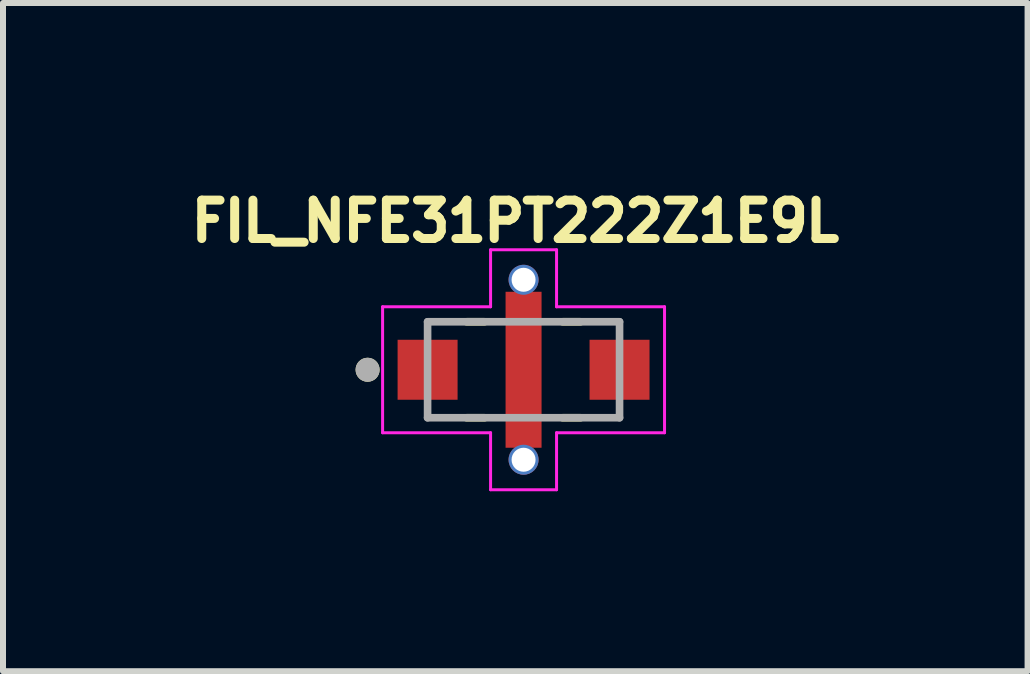
<source format=kicad_pcb>
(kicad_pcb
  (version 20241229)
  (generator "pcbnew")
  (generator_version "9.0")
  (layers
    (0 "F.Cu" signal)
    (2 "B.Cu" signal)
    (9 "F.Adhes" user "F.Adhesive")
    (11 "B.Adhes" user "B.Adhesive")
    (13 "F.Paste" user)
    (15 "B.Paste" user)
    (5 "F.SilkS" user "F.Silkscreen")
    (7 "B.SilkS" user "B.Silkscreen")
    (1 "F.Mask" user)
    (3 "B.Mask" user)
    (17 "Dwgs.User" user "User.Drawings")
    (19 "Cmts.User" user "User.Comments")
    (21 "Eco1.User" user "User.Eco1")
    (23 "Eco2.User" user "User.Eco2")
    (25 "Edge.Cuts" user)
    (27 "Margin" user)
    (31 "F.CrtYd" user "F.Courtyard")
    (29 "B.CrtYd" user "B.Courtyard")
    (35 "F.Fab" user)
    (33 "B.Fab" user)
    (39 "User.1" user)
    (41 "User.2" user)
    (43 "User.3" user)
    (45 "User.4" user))
  (footprint "FIL_NFE31PT222Z1E9L"
    (layer "F.Cu")
    (at 5.678 3.114)
    (property "Reference" "FIL_NFE31PT222Z1E9L" (at -0.138 -2.476 0) (layer "F.SilkS") (effects (font (size 0.64 0.64) (thickness 0.15))))
    (attr through_hole)
    (fp_poly (pts (xy -2.1 -0.5) (xy -1.1 -0.5) (xy -1.1 0.5) (xy -2.1 0.5)) (stroke (width 0.01) (type solid)) (fill yes) (layer "F.Mask"))
    (fp_poly (pts (xy -0.3 -1.3) (xy 0.3 -1.3) (xy 0.3 1.3) (xy -0.3 1.3)) (stroke (width 0.01) (type solid)) (fill yes) (layer "F.Mask"))
    (fp_poly (pts (xy 1.1 -0.5) (xy 2.1 -0.5) (xy 2.1 0.5) (xy 1.1 0.5)) (stroke (width 0.01) (type solid)) (fill yes) (layer "F.Mask"))
    (fp_line (start -0.65 -0.8) (end -0.95 -0.8) (stroke (width 0.127) (type solid)) (layer "F.SilkS"))
    (fp_line (start -0.65 0.8) (end -0.95 0.8) (stroke (width 0.127) (type solid)) (layer "F.SilkS"))
    (fp_line (start 0.95 -0.8) (end 0.65 -0.8) (stroke (width 0.127) (type solid)) (layer "F.SilkS"))
    (fp_line (start 0.95 0.8) (end 0.65 0.8) (stroke (width 0.127) (type solid)) (layer "F.SilkS"))
    (fp_circle (center -2.6 0) (end -2.5 0) (stroke (width 0.2) (type solid)) (fill no) (layer "F.SilkS"))
    (fp_poly (pts (xy -0.3 -1.3) (xy 0.3 -1.3) (xy 0.3 -0.3) (xy -0.3 -0.3)) (stroke (width 0.01) (type solid)) (fill yes) (layer "F.Paste"))
    (fp_poly (pts (xy -0.3 0.3) (xy 0.3 0.3) (xy 0.3 1.3) (xy -0.3 1.3)) (stroke (width 0.01) (type solid)) (fill yes) (layer "F.Paste"))
    (fp_line (start -2.35 -1.05) (end -0.55 -1.05) (stroke (width 0.05) (type solid)) (layer "F.CrtYd"))
    (fp_line (start -2.35 1.05) (end -2.35 -1.05) (stroke (width 0.05) (type solid)) (layer "F.CrtYd"))
    (fp_line (start -0.55 -2) (end 0.55 -2) (stroke (width 0.05) (type solid)) (layer "F.CrtYd"))
    (fp_line (start -0.55 -1.05) (end -0.55 -2) (stroke (width 0.05) (type solid)) (layer "F.CrtYd"))
    (fp_line (start -0.55 1.05) (end -2.35 1.05) (stroke (width 0.05) (type solid)) (layer "F.CrtYd"))
    (fp_line (start -0.55 2) (end -0.55 1.05) (stroke (width 0.05) (type solid)) (layer "F.CrtYd"))
    (fp_line (start 0.55 -2) (end 0.55 -1.05) (stroke (width 0.05) (type solid)) (layer "F.CrtYd"))
    (fp_line (start 0.55 -1.05) (end 2.35 -1.05) (stroke (width 0.05) (type solid)) (layer "F.CrtYd"))
    (fp_line (start 0.55 1.05) (end 0.55 2) (stroke (width 0.05) (type solid)) (layer "F.CrtYd"))
    (fp_line (start 0.55 2) (end -0.55 2) (stroke (width 0.05) (type solid)) (layer "F.CrtYd"))
    (fp_line (start 2.35 -1.05) (end 2.35 1.05) (stroke (width 0.05) (type solid)) (layer "F.CrtYd"))
    (fp_line (start 2.35 1.05) (end 0.55 1.05) (stroke (width 0.05) (type solid)) (layer "F.CrtYd"))
    (fp_line (start -1.6 -0.8) (end -1.6 0.8) (stroke (width 0.127) (type solid)) (layer "F.Fab"))
    (fp_line (start -1.6 0.8) (end 1.6 0.8) (stroke (width 0.127) (type solid)) (layer "F.Fab"))
    (fp_line (start 1.6 -0.8) (end -1.6 -0.8) (stroke (width 0.127) (type solid)) (layer "F.Fab"))
    (fp_line (start 1.6 0.8) (end 1.6 -0.8) (stroke (width 0.127) (type solid)) (layer "F.Fab"))
    (fp_circle (center -2.6 0) (end -2.5 0) (stroke (width 0.2) (type solid)) (fill no) (layer "F.Fab"))
    (pad "1" smd rect (at -1.6 0) (size 1 1) (layers "F.Cu" "F.Paste"))
    (pad "2" smd rect (at 0 0) (size 0.6 2.6) (layers "F.Cu"))
    (pad "2_1" thru_hole circle (at 0 1.5) (size 0.5 0.5) (drill 0.4) (layers "*.Cu"))
    (pad "2_2" thru_hole circle (at 0 -1.5) (size 0.5 0.5) (drill 0.4) (layers "*.Cu"))
    (pad "3" smd rect (at 1.6 0) (size 1 1) (layers "F.Cu" "F.Paste")))
  (gr_rect
    (start -3 -3)
    (end 14.08 8.139)
    (stroke (width 0.1) (type default))
    (fill no)
    (layer "Edge.Cuts")))
</source>
